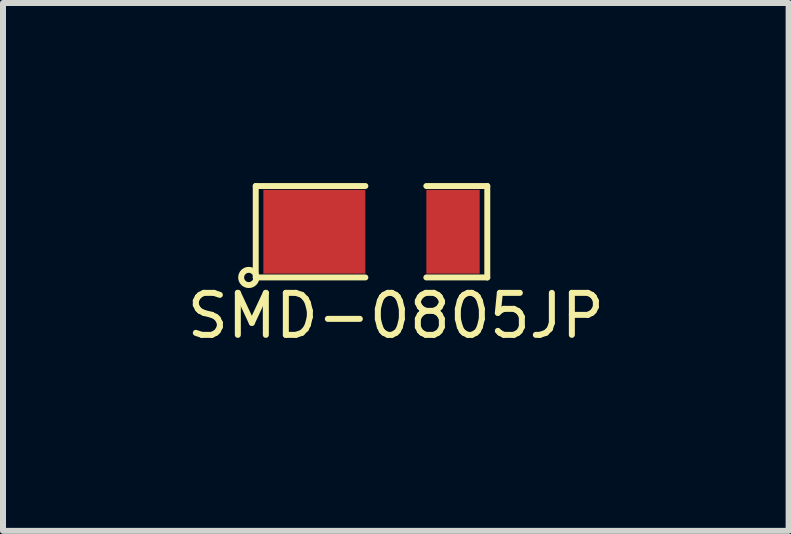
<source format=kicad_pcb>
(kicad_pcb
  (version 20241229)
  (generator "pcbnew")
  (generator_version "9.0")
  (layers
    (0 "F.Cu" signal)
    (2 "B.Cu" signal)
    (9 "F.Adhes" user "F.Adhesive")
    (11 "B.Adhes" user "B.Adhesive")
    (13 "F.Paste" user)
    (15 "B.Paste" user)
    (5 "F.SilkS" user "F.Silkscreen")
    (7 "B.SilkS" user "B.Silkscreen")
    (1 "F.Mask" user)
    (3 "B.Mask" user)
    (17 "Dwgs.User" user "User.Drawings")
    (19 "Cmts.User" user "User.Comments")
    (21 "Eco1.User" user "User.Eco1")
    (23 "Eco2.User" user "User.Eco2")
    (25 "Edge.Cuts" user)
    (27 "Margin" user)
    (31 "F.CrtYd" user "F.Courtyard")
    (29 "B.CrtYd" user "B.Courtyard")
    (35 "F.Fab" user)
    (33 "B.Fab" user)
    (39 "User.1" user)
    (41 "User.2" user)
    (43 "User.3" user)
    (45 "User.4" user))
  (footprint "SMD-0805JP"
    (layer "F.Cu")
    (at 3.547 0.812)
    (property "Reference" "SMD-0805JP" (at 0 1.4 0) (layer "F.SilkS") (effects (font (size 0.7 0.7) (thickness 0.1))))
    (attr smd)
    (fp_line (start -2.335 -0.762) (end -0.508 -0.762) (stroke (width 0.099) (type solid)) (layer "F.SilkS"))
    (fp_line (start -2.335 0.762) (end -2.335 -0.762) (stroke (width 0.099) (type solid)) (layer "F.SilkS"))
    (fp_line (start -0.508 0.762) (end -2.335 0.762) (stroke (width 0.099) (type solid)) (layer "F.SilkS"))
    (fp_line (start 0.508 -0.762) (end 1.524 -0.762) (stroke (width 0.099) (type solid)) (layer "F.SilkS"))
    (fp_line (start 1.524 -0.762) (end 1.524 0.762) (stroke (width 0.099) (type solid)) (layer "F.SilkS"))
    (fp_line (start 1.524 0.762) (end 0.508 0.762) (stroke (width 0.099) (type solid)) (layer "F.SilkS"))
    (fp_circle (center -2.451 0.762) (end -2.451 0.635) (stroke (width 0.099) (type solid)) (fill no) (layer "F.SilkS"))
    (pad "1" smd rect (at -1.358 0) (size 1.7 1.397) (layers "F.Cu" "F.Mask" "F.Paste"))
    (pad "2" smd rect (at 0.953 0) (size 0.889 1.397) (layers "F.Cu" "F.Mask" "F.Paste")))
  (gr_rect
    (start -3 -3)
    (end 10.093 5.797)
    (stroke (width 0.1) (type default))
    (fill no)
    (layer "Edge.Cuts")))
</source>
